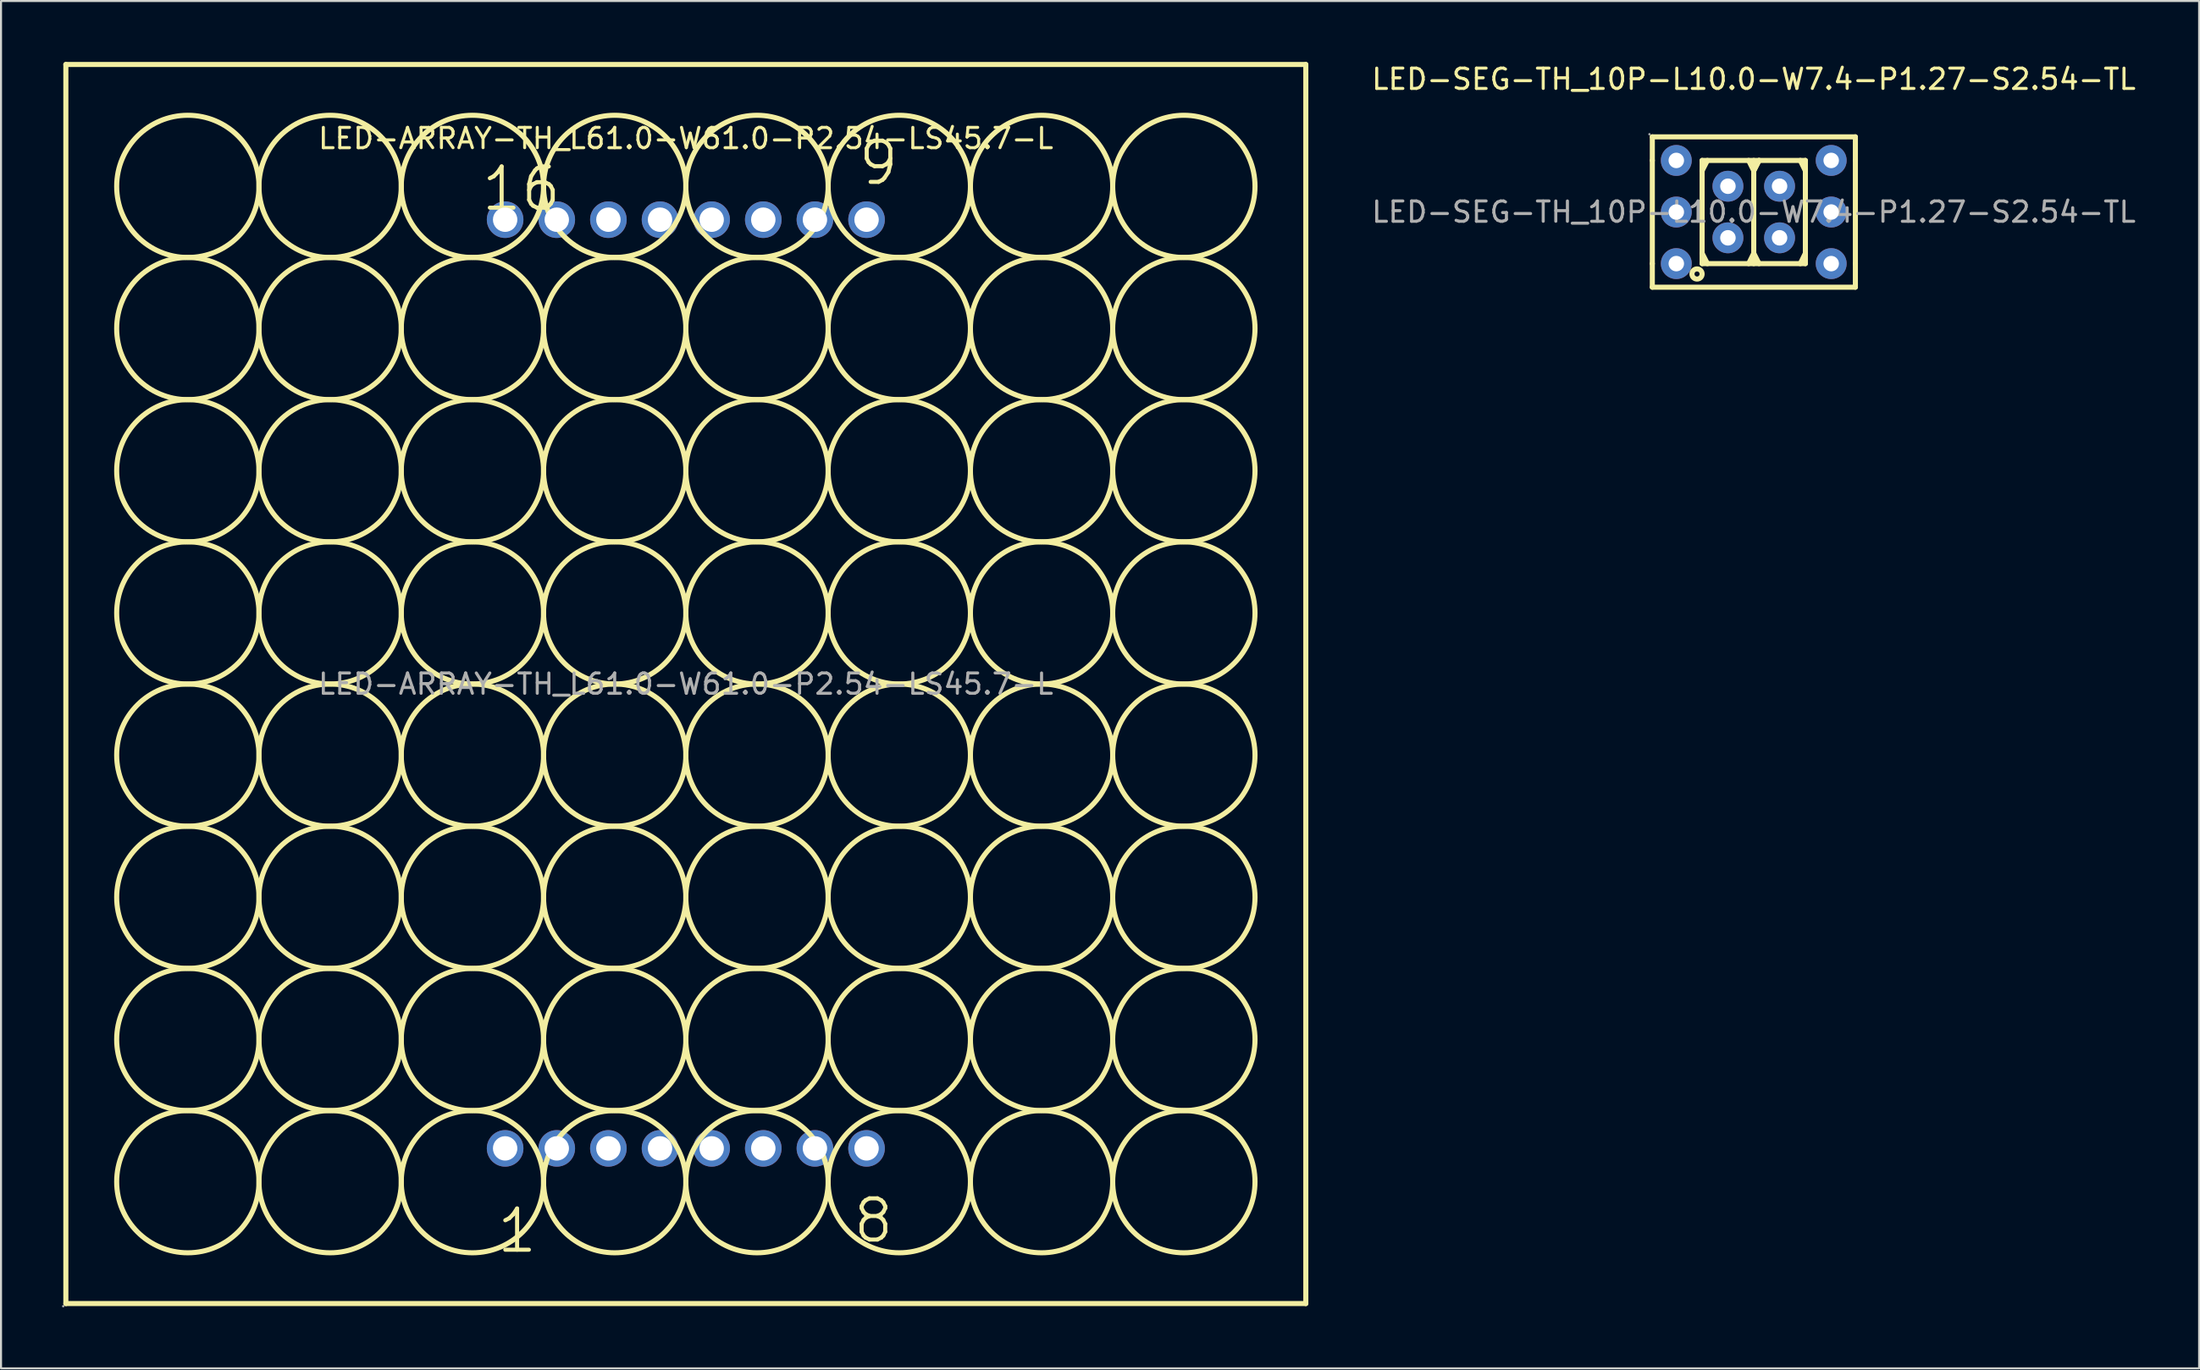
<source format=kicad_pcb>
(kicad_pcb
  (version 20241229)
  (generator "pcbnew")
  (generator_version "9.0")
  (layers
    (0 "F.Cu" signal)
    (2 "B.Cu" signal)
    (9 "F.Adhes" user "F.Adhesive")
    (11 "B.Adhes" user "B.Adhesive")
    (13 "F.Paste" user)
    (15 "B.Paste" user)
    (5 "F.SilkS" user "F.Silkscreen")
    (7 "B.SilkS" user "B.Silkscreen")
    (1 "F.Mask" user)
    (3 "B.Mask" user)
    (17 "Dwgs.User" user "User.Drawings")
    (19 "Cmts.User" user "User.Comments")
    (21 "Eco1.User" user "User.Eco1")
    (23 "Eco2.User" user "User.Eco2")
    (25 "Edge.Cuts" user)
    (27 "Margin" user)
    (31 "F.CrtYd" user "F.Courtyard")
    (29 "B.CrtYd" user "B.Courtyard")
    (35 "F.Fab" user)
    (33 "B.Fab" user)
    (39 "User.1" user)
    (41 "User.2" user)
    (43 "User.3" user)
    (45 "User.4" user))
  (footprint "LED-ARRAY-TH_L61.0-W61.0-P2.54-LS45.7-L"
    (layer "F.Cu")
    (at 30.69 30.625)
    (property "Reference" "LED-ARRAY-TH_L61.0-W61.0-P2.54-LS45.7-L" (at 0 -26.86 0) (layer "F.SilkS") (effects (font (size 1 1) (thickness 0.15))))
    (attr through_hole)
    (fp_line (start -30.5 -30.5) (end 30.5 -30.5) (stroke (width 0.25) (type solid)) (layer "F.SilkS"))
    (fp_line (start -30.5 30.5) (end -30.5 -30.5) (stroke (width 0.25) (type solid)) (layer "F.SilkS"))
    (fp_line (start 30.5 -30.5) (end 30.5 30.5) (stroke (width 0.25) (type solid)) (layer "F.SilkS"))
    (fp_line (start 30.5 30.5) (end -30.5 30.5) (stroke (width 0.25) (type solid)) (layer "F.SilkS"))
    (fp_circle (center -24.5 -24.5) (end -21 -24.5) (stroke (width 0.25) (type solid)) (fill no) (layer "F.SilkS"))
    (fp_circle (center -24.5 -17.5) (end -21 -17.5) (stroke (width 0.25) (type solid)) (fill no) (layer "F.SilkS"))
    (fp_circle (center -24.5 -10.5) (end -21 -10.5) (stroke (width 0.25) (type solid)) (fill no) (layer "F.SilkS"))
    (fp_circle (center -24.5 -3.5) (end -21 -3.5) (stroke (width 0.25) (type solid)) (fill no) (layer "F.SilkS"))
    (fp_circle (center -24.5 3.5) (end -21 3.5) (stroke (width 0.25) (type solid)) (fill no) (layer "F.SilkS"))
    (fp_circle (center -24.5 10.5) (end -21 10.5) (stroke (width 0.25) (type solid)) (fill no) (layer "F.SilkS"))
    (fp_circle (center -24.5 17.5) (end -21 17.5) (stroke (width 0.25) (type solid)) (fill no) (layer "F.SilkS"))
    (fp_circle (center -24.5 24.5) (end -21 24.5) (stroke (width 0.25) (type solid)) (fill no) (layer "F.SilkS"))
    (fp_circle (center -17.5 -24.5) (end -14 -24.5) (stroke (width 0.25) (type solid)) (fill no) (layer "F.SilkS"))
    (fp_circle (center -17.5 -17.5) (end -14 -17.5) (stroke (width 0.25) (type solid)) (fill no) (layer "F.SilkS"))
    (fp_circle (center -17.5 -10.5) (end -14 -10.5) (stroke (width 0.25) (type solid)) (fill no) (layer "F.SilkS"))
    (fp_circle (center -17.5 -3.5) (end -14 -3.5) (stroke (width 0.25) (type solid)) (fill no) (layer "F.SilkS"))
    (fp_circle (center -17.5 3.5) (end -14 3.5) (stroke (width 0.25) (type solid)) (fill no) (layer "F.SilkS"))
    (fp_circle (center -17.5 10.5) (end -14 10.5) (stroke (width 0.25) (type solid)) (fill no) (layer "F.SilkS"))
    (fp_circle (center -17.5 17.5) (end -14 17.5) (stroke (width 0.25) (type solid)) (fill no) (layer "F.SilkS"))
    (fp_circle (center -17.5 24.5) (end -14 24.5) (stroke (width 0.25) (type solid)) (fill no) (layer "F.SilkS"))
    (fp_circle (center -10.5 -24.5) (end -7 -24.5) (stroke (width 0.25) (type solid)) (fill no) (layer "F.SilkS"))
    (fp_circle (center -10.5 -17.5) (end -7 -17.5) (stroke (width 0.25) (type solid)) (fill no) (layer "F.SilkS"))
    (fp_circle (center -10.5 -10.5) (end -7 -10.5) (stroke (width 0.25) (type solid)) (fill no) (layer "F.SilkS"))
    (fp_circle (center -10.5 -3.5) (end -7 -3.5) (stroke (width 0.25) (type solid)) (fill no) (layer "F.SilkS"))
    (fp_circle (center -10.5 3.5) (end -7 3.5) (stroke (width 0.25) (type solid)) (fill no) (layer "F.SilkS"))
    (fp_circle (center -10.5 10.5) (end -7 10.5) (stroke (width 0.25) (type solid)) (fill no) (layer "F.SilkS"))
    (fp_circle (center -10.5 17.5) (end -7 17.5) (stroke (width 0.25) (type solid)) (fill no) (layer "F.SilkS"))
    (fp_circle (center -10.5 24.5) (end -7 24.5) (stroke (width 0.25) (type solid)) (fill no) (layer "F.SilkS"))
    (fp_circle (center -3.5 -24.5) (end 0 -24.5) (stroke (width 0.25) (type solid)) (fill no) (layer "F.SilkS"))
    (fp_circle (center -3.5 -17.5) (end 0 -17.5) (stroke (width 0.25) (type solid)) (fill no) (layer "F.SilkS"))
    (fp_circle (center -3.5 -10.5) (end 0 -10.5) (stroke (width 0.25) (type solid)) (fill no) (layer "F.SilkS"))
    (fp_circle (center -3.5 -3.5) (end 0 -3.5) (stroke (width 0.25) (type solid)) (fill no) (layer "F.SilkS"))
    (fp_circle (center -3.5 3.5) (end 0 3.5) (stroke (width 0.25) (type solid)) (fill no) (layer "F.SilkS"))
    (fp_circle (center -3.5 10.5) (end 0 10.5) (stroke (width 0.25) (type solid)) (fill no) (layer "F.SilkS"))
    (fp_circle (center -3.5 17.5) (end 0 17.5) (stroke (width 0.25) (type solid)) (fill no) (layer "F.SilkS"))
    (fp_circle (center -3.5 24.5) (end 0 24.5) (stroke (width 0.25) (type solid)) (fill no) (layer "F.SilkS"))
    (fp_circle (center 3.5 -24.5) (end 7 -24.5) (stroke (width 0.25) (type solid)) (fill no) (layer "F.SilkS"))
    (fp_circle (center 3.5 -17.5) (end 7 -17.5) (stroke (width 0.25) (type solid)) (fill no) (layer "F.SilkS"))
    (fp_circle (center 3.5 -10.5) (end 7 -10.5) (stroke (width 0.25) (type solid)) (fill no) (layer "F.SilkS"))
    (fp_circle (center 3.5 -3.5) (end 7 -3.5) (stroke (width 0.25) (type solid)) (fill no) (layer "F.SilkS"))
    (fp_circle (center 3.5 3.5) (end 7 3.5) (stroke (width 0.25) (type solid)) (fill no) (layer "F.SilkS"))
    (fp_circle (center 3.5 10.5) (end 7 10.5) (stroke (width 0.25) (type solid)) (fill no) (layer "F.SilkS"))
    (fp_circle (center 3.5 17.5) (end 7 17.5) (stroke (width 0.25) (type solid)) (fill no) (layer "F.SilkS"))
    (fp_circle (center 3.5 24.5) (end 7 24.5) (stroke (width 0.25) (type solid)) (fill no) (layer "F.SilkS"))
    (fp_circle (center 10.5 -24.5) (end 14 -24.5) (stroke (width 0.25) (type solid)) (fill no) (layer "F.SilkS"))
    (fp_circle (center 10.5 -17.5) (end 14 -17.5) (stroke (width 0.25) (type solid)) (fill no) (layer "F.SilkS"))
    (fp_circle (center 10.5 -10.5) (end 14 -10.5) (stroke (width 0.25) (type solid)) (fill no) (layer "F.SilkS"))
    (fp_circle (center 10.5 -3.5) (end 14 -3.5) (stroke (width 0.25) (type solid)) (fill no) (layer "F.SilkS"))
    (fp_circle (center 10.5 3.5) (end 14 3.5) (stroke (width 0.25) (type solid)) (fill no) (layer "F.SilkS"))
    (fp_circle (center 10.5 10.5) (end 14 10.5) (stroke (width 0.25) (type solid)) (fill no) (layer "F.SilkS"))
    (fp_circle (center 10.5 17.5) (end 14 17.5) (stroke (width 0.25) (type solid)) (fill no) (layer "F.SilkS"))
    (fp_circle (center 10.5 24.5) (end 14 24.5) (stroke (width 0.25) (type solid)) (fill no) (layer "F.SilkS"))
    (fp_circle (center 17.5 -24.5) (end 21 -24.5) (stroke (width 0.25) (type solid)) (fill no) (layer "F.SilkS"))
    (fp_circle (center 17.5 -17.5) (end 21 -17.5) (stroke (width 0.25) (type solid)) (fill no) (layer "F.SilkS"))
    (fp_circle (center 17.5 -10.5) (end 21 -10.5) (stroke (width 0.25) (type solid)) (fill no) (layer "F.SilkS"))
    (fp_circle (center 17.5 -3.5) (end 21 -3.5) (stroke (width 0.25) (type solid)) (fill no) (layer "F.SilkS"))
    (fp_circle (center 17.5 3.5) (end 21 3.5) (stroke (width 0.25) (type solid)) (fill no) (layer "F.SilkS"))
    (fp_circle (center 17.5 10.5) (end 21 10.5) (stroke (width 0.25) (type solid)) (fill no) (layer "F.SilkS"))
    (fp_circle (center 17.5 17.5) (end 21 17.5) (stroke (width 0.25) (type solid)) (fill no) (layer "F.SilkS"))
    (fp_circle (center 17.5 24.5) (end 21 24.5) (stroke (width 0.25) (type solid)) (fill no) (layer "F.SilkS"))
    (fp_circle (center 24.5 -24.5) (end 28 -24.5) (stroke (width 0.25) (type solid)) (fill no) (layer "F.SilkS"))
    (fp_circle (center 24.5 -17.5) (end 28 -17.5) (stroke (width 0.25) (type solid)) (fill no) (layer "F.SilkS"))
    (fp_circle (center 24.5 -10.5) (end 28 -10.5) (stroke (width 0.25) (type solid)) (fill no) (layer "F.SilkS"))
    (fp_circle (center 24.5 -3.5) (end 28 -3.5) (stroke (width 0.25) (type solid)) (fill no) (layer "F.SilkS"))
    (fp_circle (center 24.5 3.5) (end 28 3.5) (stroke (width 0.25) (type solid)) (fill no) (layer "F.SilkS"))
    (fp_circle (center 24.5 10.5) (end 28 10.5) (stroke (width 0.25) (type solid)) (fill no) (layer "F.SilkS"))
    (fp_circle (center 24.5 17.5) (end 28 17.5) (stroke (width 0.25) (type solid)) (fill no) (layer "F.SilkS"))
    (fp_circle (center 24.5 24.5) (end 28 24.5) (stroke (width 0.25) (type solid)) (fill no) (layer "F.SilkS"))
    (fp_circle (center -30.63 30.63) (end -30.6 30.63) (stroke (width 0.06) (type solid)) (fill no) (layer "F.Fab"))
    (fp_circle (center -8.89 -22.86) (end -8.64 -22.86) (stroke (width 0.5) (type solid)) (fill no) (layer "F.Fab"))
    (fp_circle (center -8.89 22.86) (end -8.64 22.86) (stroke (width 0.5) (type solid)) (fill no) (layer "F.Fab"))
    (fp_circle (center -6.35 -22.86) (end -6.1 -22.86) (stroke (width 0.5) (type solid)) (fill no) (layer "F.Fab"))
    (fp_circle (center -6.35 22.86) (end -6.1 22.86) (stroke (width 0.5) (type solid)) (fill no) (layer "F.Fab"))
    (fp_circle (center -3.81 -22.86) (end -3.56 -22.86) (stroke (width 0.5) (type solid)) (fill no) (layer "F.Fab"))
    (fp_circle (center -3.81 22.86) (end -3.56 22.86) (stroke (width 0.5) (type solid)) (fill no) (layer "F.Fab"))
    (fp_circle (center -1.27 -22.86) (end -1.02 -22.86) (stroke (width 0.5) (type solid)) (fill no) (layer "F.Fab"))
    (fp_circle (center -1.27 22.86) (end -1.02 22.86) (stroke (width 0.5) (type solid)) (fill no) (layer "F.Fab"))
    (fp_circle (center 1.27 -22.86) (end 1.52 -22.86) (stroke (width 0.5) (type solid)) (fill no) (layer "F.Fab"))
    (fp_circle (center 1.27 22.86) (end 1.52 22.86) (stroke (width 0.5) (type solid)) (fill no) (layer "F.Fab"))
    (fp_circle (center 3.81 -22.86) (end 4.06 -22.86) (stroke (width 0.5) (type solid)) (fill no) (layer "F.Fab"))
    (fp_circle (center 3.81 22.86) (end 4.06 22.86) (stroke (width 0.5) (type solid)) (fill no) (layer "F.Fab"))
    (fp_circle (center 6.35 -22.86) (end 6.6 -22.86) (stroke (width 0.5) (type solid)) (fill no) (layer "F.Fab"))
    (fp_circle (center 6.35 22.86) (end 6.6 22.86) (stroke (width 0.5) (type solid)) (fill no) (layer "F.Fab"))
    (fp_circle (center 8.89 -22.86) (end 9.14 -22.86) (stroke (width 0.5) (type solid)) (fill no) (layer "F.Fab"))
    (fp_circle (center 8.89 22.86) (end 9.14 22.86) (stroke (width 0.5) (type solid)) (fill no) (layer "F.Fab"))
    (fp_text user "9" (at 8.38 -25.65 0) (layer "F.SilkS") (effects (font (size 2.03 2.03) (thickness 0.2)) (justify left)))
    (fp_text user "1" (at -9.4 26.92 0) (layer "F.SilkS") (effects (font (size 2.03 2.03) (thickness 0.2)) (justify left)))
    (fp_text user "16" (at -10.16 -24.38 0) (layer "F.SilkS") (effects (font (size 2.03 2.03) (thickness 0.2)) (justify left)))
    (fp_text user "8" (at 8.13 26.42 0) (layer "F.SilkS") (effects (font (size 2.03 2.03) (thickness 0.2)) (justify left)))
    (fp_text user "${REFERENCE}" (at 0 0 0) (layer "F.Fab") (effects (font (size 1 1) (thickness 0.15))))
    (pad "1" thru_hole circle (at -8.89 22.86 270) (size 1.8 1.8) (drill 1.2) (layers "*.Cu" "*.Paste" "*.Mask"))
    (pad "2" thru_hole circle (at -6.35 22.86 270) (size 1.8 1.8) (drill 1.2) (layers "*.Cu" "*.Paste" "*.Mask"))
    (pad "3" thru_hole circle (at -3.81 22.86 270) (size 1.8 1.8) (drill 1.2) (layers "*.Cu" "*.Paste" "*.Mask"))
    (pad "4" thru_hole circle (at -1.27 22.86 270) (size 1.8 1.8) (drill 1.2) (layers "*.Cu" "*.Paste" "*.Mask"))
    (pad "5" thru_hole circle (at 1.27 22.86 270) (size 1.8 1.8) (drill 1.2) (layers "*.Cu" "*.Paste" "*.Mask"))
    (pad "6" thru_hole circle (at 3.81 22.86 270) (size 1.8 1.8) (drill 1.2) (layers "*.Cu" "*.Paste" "*.Mask"))
    (pad "7" thru_hole circle (at 6.35 22.86 270) (size 1.8 1.8) (drill 1.2) (layers "*.Cu" "*.Paste" "*.Mask"))
    (pad "8" thru_hole circle (at 8.89 22.86 270) (size 1.8 1.8) (drill 1.2) (layers "*.Cu" "*.Paste" "*.Mask"))
    (pad "9" thru_hole circle (at 8.89 -22.86 270) (size 1.8 1.8) (drill 1.2) (layers "*.Cu" "*.Paste" "*.Mask"))
    (pad "10" thru_hole circle (at 6.35 -22.86 270) (size 1.8 1.8) (drill 1.2) (layers "*.Cu" "*.Paste" "*.Mask"))
    (pad "11" thru_hole circle (at 3.81 -22.86 270) (size 1.8 1.8) (drill 1.2) (layers "*.Cu" "*.Paste" "*.Mask"))
    (pad "12" thru_hole circle (at 1.27 -22.86 270) (size 1.8 1.8) (drill 1.2) (layers "*.Cu" "*.Paste" "*.Mask"))
    (pad "13" thru_hole circle (at -1.27 -22.86 270) (size 1.8 1.8) (drill 1.2) (layers "*.Cu" "*.Paste" "*.Mask"))
    (pad "14" thru_hole circle (at -3.81 -22.86 270) (size 1.8 1.8) (drill 1.2) (layers "*.Cu" "*.Paste" "*.Mask"))
    (pad "15" thru_hole circle (at -6.35 -22.86 270) (size 1.8 1.8) (drill 1.2) (layers "*.Cu" "*.Paste" "*.Mask"))
    (pad "16" thru_hole circle (at -8.89 -22.86 270) (size 1.8 1.8) (drill 1.2) (layers "*.Cu" "*.Paste" "*.Mask")))
  (footprint "LED-SEG-TH_10P-L10.0-W7.4-P1.27-S2.54-TL"
    (layer "F.Cu")
    (at 83.226 7.388)
    (property "Reference" "LED-SEG-TH_10P-L10.0-W7.4-P1.27-S2.54-TL" (at 0 -6.54 0) (layer "F.SilkS") (effects (font (size 1 1) (thickness 0.15))))
    (attr through_hole)
    (fp_line (start -4.99 -3.7) (end 5 -3.7) (stroke (width 0.25) (type solid)) (layer "F.SilkS"))
    (fp_line (start -4.99 -2.54) (end -4.99 -3.7) (stroke (width 0.25) (type solid)) (layer "F.SilkS"))
    (fp_line (start -4.99 2.54) (end -4.99 -2.54) (stroke (width 0.25) (type solid)) (layer "F.SilkS"))
    (fp_line (start -4.99 3.7) (end -4.99 2.54) (stroke (width 0.25) (type solid)) (layer "F.SilkS"))
    (fp_line (start -2.54 -2.54) (end 2.54 -2.54) (stroke (width 0.25) (type solid)) (layer "F.SilkS"))
    (fp_line (start -2.54 -2.03) (end -2.28 -2.54) (stroke (width 0.25) (type solid)) (layer "F.SilkS"))
    (fp_line (start -2.54 2.03) (end -2.28 2.54) (stroke (width 0.25) (type solid)) (layer "F.SilkS"))
    (fp_line (start -2.54 2.54) (end -2.54 -2.54) (stroke (width 0.25) (type solid)) (layer "F.SilkS"))
    (fp_line (start -0.25 -2.54) (end 0 -2.03) (stroke (width 0.25) (type solid)) (layer "F.SilkS"))
    (fp_line (start -0.25 2.54) (end 0 2.03) (stroke (width 0.25) (type solid)) (layer "F.SilkS"))
    (fp_line (start 0 -2.03) (end 0.26 -2.54) (stroke (width 0.25) (type solid)) (layer "F.SilkS"))
    (fp_line (start 0 2.03) (end 0.26 2.54) (stroke (width 0.25) (type solid)) (layer "F.SilkS"))
    (fp_line (start 0 2.54) (end 0 -2.54) (stroke (width 0.25) (type solid)) (layer "F.SilkS"))
    (fp_line (start 0.26 -2.54) (end 0 -2.03) (stroke (width 0.25) (type solid)) (layer "F.SilkS"))
    (fp_line (start 2.29 -2.54) (end 2.54 -2.03) (stroke (width 0.25) (type solid)) (layer "F.SilkS"))
    (fp_line (start 2.29 2.54) (end 2.54 2.03) (stroke (width 0.25) (type solid)) (layer "F.SilkS"))
    (fp_line (start 2.54 -2.54) (end 2.54 2.54) (stroke (width 0.25) (type solid)) (layer "F.SilkS"))
    (fp_line (start 2.54 2.54) (end -2.54 2.54) (stroke (width 0.25) (type solid)) (layer "F.SilkS"))
    (fp_line (start 5 -3.7) (end 5 -2.54) (stroke (width 0.25) (type solid)) (layer "F.SilkS"))
    (fp_line (start 5 -2.54) (end 5 2.54) (stroke (width 0.25) (type solid)) (layer "F.SilkS"))
    (fp_line (start 5 2.54) (end 5 3.7) (stroke (width 0.25) (type solid)) (layer "F.SilkS"))
    (fp_line (start 5 3.7) (end -4.99 3.7) (stroke (width 0.25) (type solid)) (layer "F.SilkS"))
    (fp_arc (start -2.54 3.06) (mid -3.04015 3.044998) (end -2.5398 3.050003) (stroke (width 0.25) (type solid)) (layer "F.SilkS"))
    (fp_circle (center -5.13 -3.83) (end -5.1 -3.83) (stroke (width 0.06) (type solid)) (fill no) (layer "F.Fab"))
    (fp_circle (center -3.81 -2.54) (end -3.67 -2.54) (stroke (width 0.28) (type solid)) (fill no) (layer "F.Fab"))
    (fp_circle (center -3.81 0) (end -3.67 0) (stroke (width 0.28) (type solid)) (fill no) (layer "F.Fab"))
    (fp_circle (center -3.81 2.54) (end -3.67 2.54) (stroke (width 0.28) (type solid)) (fill no) (layer "F.Fab"))
    (fp_circle (center -1.27 -1.27) (end -1.13 -1.27) (stroke (width 0.28) (type solid)) (fill no) (layer "F.Fab"))
    (fp_circle (center -1.27 1.27) (end -1.13 1.27) (stroke (width 0.28) (type solid)) (fill no) (layer "F.Fab"))
    (fp_circle (center 1.27 -1.27) (end 1.41 -1.27) (stroke (width 0.28) (type solid)) (fill no) (layer "F.Fab"))
    (fp_circle (center 1.27 1.27) (end 1.41 1.27) (stroke (width 0.28) (type solid)) (fill no) (layer "F.Fab"))
    (fp_circle (center 3.81 -2.54) (end 3.95 -2.54) (stroke (width 0.28) (type solid)) (fill no) (layer "F.Fab"))
    (fp_circle (center 3.81 0) (end 3.95 0) (stroke (width 0.28) (type solid)) (fill no) (layer "F.Fab"))
    (fp_circle (center 3.81 2.54) (end 3.95 2.54) (stroke (width 0.28) (type solid)) (fill no) (layer "F.Fab"))
    (fp_text user "${REFERENCE}" (at 0 0 0) (layer "F.Fab") (effects (font (size 1 1) (thickness 0.15))))
    (pad "1" thru_hole circle (at -3.81 -2.54 270) (size 1.52 1.52) (drill 0.762) (layers "*.Cu" "*.Paste" "*.Mask"))
    (pad "2" thru_hole circle (at -1.27 -1.27 270) (size 1.52 1.52) (drill 0.762) (layers "*.Cu" "*.Paste" "*.Mask"))
    (pad "3" thru_hole circle (at -3.81 0 270) (size 1.52 1.52) (drill 0.762) (layers "*.Cu" "*.Paste" "*.Mask"))
    (pad "4" thru_hole circle (at -1.27 1.27 270) (size 1.52 1.52) (drill 0.762) (layers "*.Cu" "*.Paste" "*.Mask"))
    (pad "5" thru_hole circle (at -3.81 2.54 270) (size 1.52 1.52) (drill 0.762) (layers "*.Cu" "*.Paste" "*.Mask"))
    (pad "6" thru_hole circle (at 3.81 2.54 270) (size 1.52 1.52) (drill 0.762) (layers "*.Cu" "*.Paste" "*.Mask"))
    (pad "7" thru_hole circle (at 1.27 1.27 270) (size 1.52 1.52) (drill 0.762) (layers "*.Cu" "*.Paste" "*.Mask"))
    (pad "8" thru_hole circle (at 3.81 0 270) (size 1.52 1.52) (drill 0.762) (layers "*.Cu" "*.Paste" "*.Mask"))
    (pad "9" thru_hole circle (at 1.27 -1.27 270) (size 1.52 1.52) (drill 0.762) (layers "*.Cu" "*.Paste" "*.Mask"))
    (pad "10" thru_hole circle (at 3.81 -2.54 270) (size 1.52 1.52) (drill 0.762) (layers "*.Cu" "*.Paste" "*.Mask")))
  (gr_rect
    (start -3 -3)
    (end 105.136 64.315)
    (stroke (width 0.1) (type default))
    (fill no)
    (layer "Edge.Cuts")))
</source>
